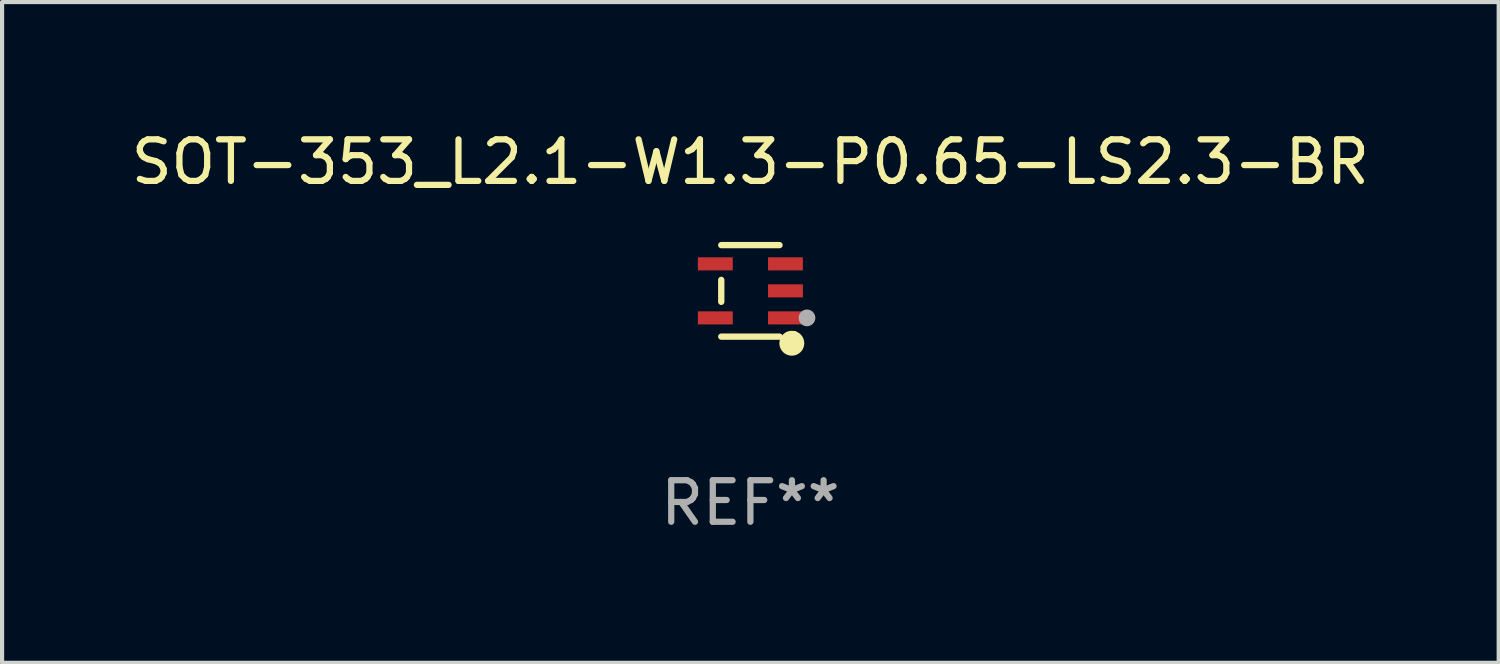
<source format=kicad_pcb>
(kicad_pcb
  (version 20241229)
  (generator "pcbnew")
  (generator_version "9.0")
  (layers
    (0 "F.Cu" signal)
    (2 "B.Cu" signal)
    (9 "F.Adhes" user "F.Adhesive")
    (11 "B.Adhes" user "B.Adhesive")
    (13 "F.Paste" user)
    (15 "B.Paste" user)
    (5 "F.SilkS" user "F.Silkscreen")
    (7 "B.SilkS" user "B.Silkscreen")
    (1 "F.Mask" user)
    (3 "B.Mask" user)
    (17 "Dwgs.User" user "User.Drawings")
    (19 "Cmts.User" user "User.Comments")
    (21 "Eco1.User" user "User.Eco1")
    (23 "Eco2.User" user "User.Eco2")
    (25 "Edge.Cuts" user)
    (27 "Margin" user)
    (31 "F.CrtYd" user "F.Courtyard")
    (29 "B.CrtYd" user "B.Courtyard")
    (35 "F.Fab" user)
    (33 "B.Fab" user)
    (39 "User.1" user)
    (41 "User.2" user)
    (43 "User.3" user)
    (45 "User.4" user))
  (footprint "SOT-353_L2.1-W1.3-P0.65-LS2.3-BR"
    (layer "F.Cu")
    (at 15.006 3.949)
    (property "Reference" "SOT-353_L2.1-W1.3-P0.65-LS2.3-BR" (at 0 -3.101 0) (layer "F.SilkS") (effects (font (size 1 1) (thickness 0.15))))
    (attr through_hole)
    (fp_line (start -0.701 -0.264) (end -0.701 0.264) (stroke (width 0.152) (type solid)) (layer "F.SilkS"))
    (fp_line (start 0.701 -1.101) (end -0.701 -1.101) (stroke (width 0.152) (type solid)) (layer "F.SilkS"))
    (fp_line (start 0.701 1.101) (end -0.701 1.101) (stroke (width 0.152) (type solid)) (layer "F.SilkS"))
    (fp_circle (center 0.997 1.26) (end 1.147 1.26) (stroke (width 0.3) (type solid)) (fill no) (layer "F.SilkS"))
    (fp_circle (center 1.063 1.025) (end 1.093 1.025) (stroke (width 0.06) (type solid)) (fill no) (layer "F.SilkS"))
    (fp_circle (center 1.362 0.65) (end 1.463 0.65) (stroke (width 0.2) (type solid)) (fill no) (layer "F.Fab"))
    (fp_text user "REF**" (at 0 5.101 0) (layer "F.Fab") (effects (font (size 1 1) (thickness 0.15))))
    (pad "1" smd rect (at 0.844 0.65) (size 0.839 0.315) (layers "F.Cu" "F.Mask" "F.Paste"))
    (pad "2" smd rect (at 0.844 0) (size 0.839 0.315) (layers "F.Cu" "F.Mask" "F.Paste"))
    (pad "3" smd rect (at 0.844 -0.65) (size 0.839 0.315) (layers "F.Cu" "F.Mask" "F.Paste"))
    (pad "4" smd rect (at -0.844 -0.65) (size 0.839 0.315) (layers "F.Cu" "F.Mask" "F.Paste"))
    (pad "5" smd rect (at -0.844 0.65) (size 0.839 0.315) (layers "F.Cu" "F.Mask" "F.Paste")))
  (gr_rect
    (start -3 -3)
    (end 33.012 12.899)
    (stroke (width 0.1) (type default))
    (fill no)
    (layer "Edge.Cuts")))
</source>
